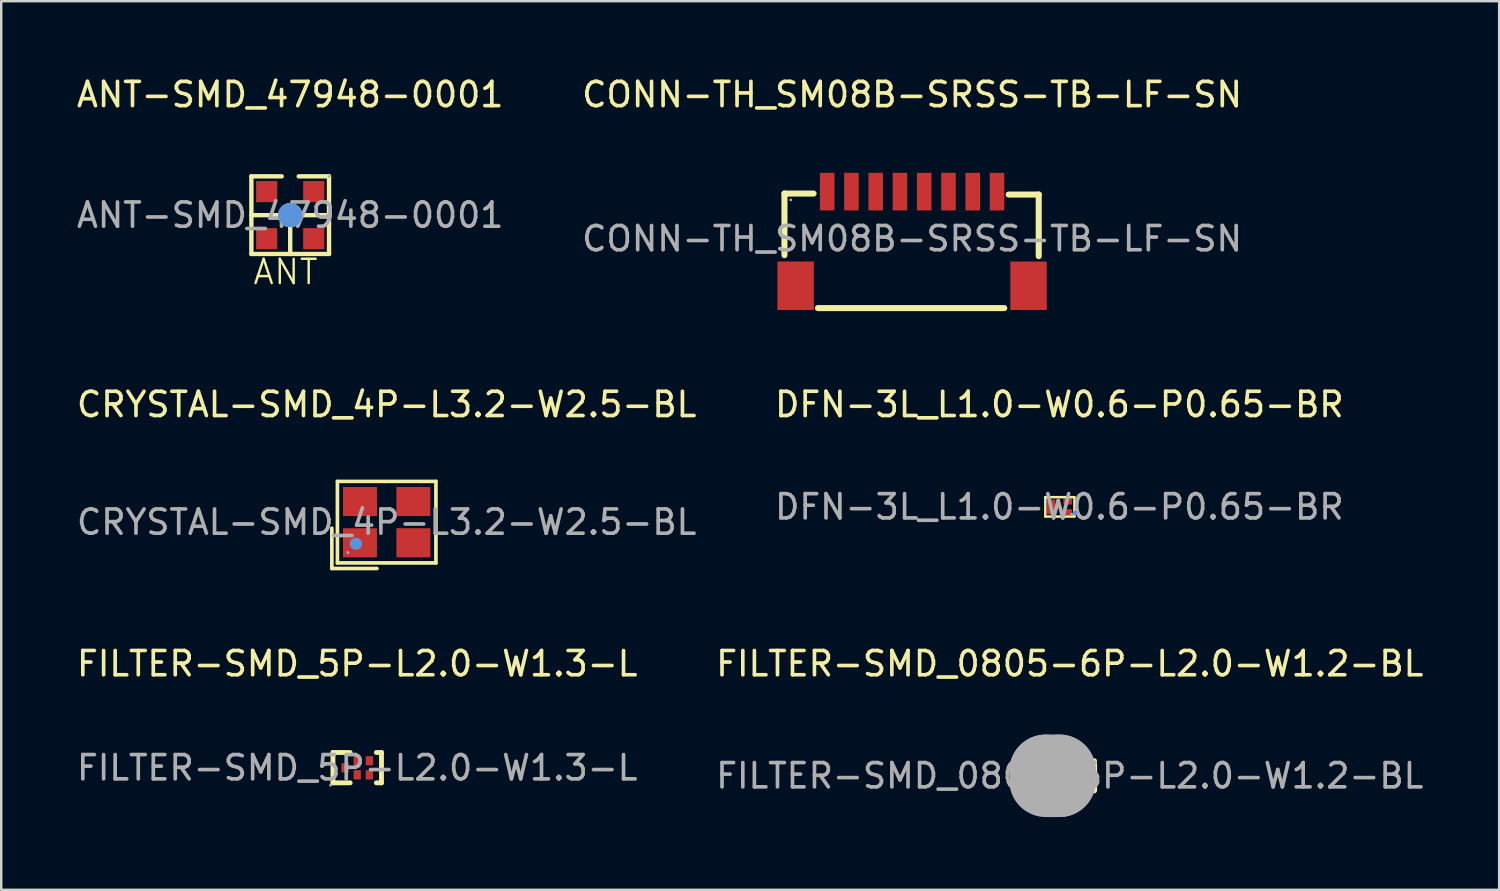
<source format=kicad_pcb>
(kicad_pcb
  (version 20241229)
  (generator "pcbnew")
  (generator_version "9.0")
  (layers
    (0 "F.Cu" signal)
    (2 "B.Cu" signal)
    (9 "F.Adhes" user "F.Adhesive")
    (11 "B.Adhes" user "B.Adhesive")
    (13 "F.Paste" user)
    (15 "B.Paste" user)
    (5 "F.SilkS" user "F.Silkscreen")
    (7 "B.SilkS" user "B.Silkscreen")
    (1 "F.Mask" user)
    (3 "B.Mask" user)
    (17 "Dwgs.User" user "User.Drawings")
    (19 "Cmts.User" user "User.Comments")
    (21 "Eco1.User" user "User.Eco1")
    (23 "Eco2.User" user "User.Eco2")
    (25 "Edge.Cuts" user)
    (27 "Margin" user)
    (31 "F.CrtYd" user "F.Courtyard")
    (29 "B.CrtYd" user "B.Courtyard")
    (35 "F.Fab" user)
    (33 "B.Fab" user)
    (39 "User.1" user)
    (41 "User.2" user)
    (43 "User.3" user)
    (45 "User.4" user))
  (footprint "ANT-SMD_47948-0001"
    (layer "F.Cu")
    (at 8.911 5.818)
    (property "Reference" "ANT-SMD_47948-0001" (at 0 -4.97 0) (layer "F.SilkS") (effects (font (size 1 1) (thickness 0.15))))
    (attr smd)
    (fp_line (start -1.6 -1.6) (end -0.35 -1.6) (stroke (width 0.18) (type solid)) (layer "F.SilkS"))
    (fp_line (start -1.6 0) (end -1.6 -1.6) (stroke (width 0.18) (type solid)) (layer "F.SilkS"))
    (fp_line (start -1.6 1.6) (end -1.6 0) (stroke (width 0.18) (type solid)) (layer "F.SilkS"))
    (fp_line (start -0.43 0) (end -1.6 0) (stroke (width 0.18) (type solid)) (layer "F.SilkS"))
    (fp_line (start 0 0.42) (end 0 1.6) (stroke (width 0.18) (type solid)) (layer "F.SilkS"))
    (fp_line (start 0.43 0) (end 1.6 0) (stroke (width 0.18) (type solid)) (layer "F.SilkS"))
    (fp_line (start 1.6 -1.6) (end 0.35 -1.6) (stroke (width 0.18) (type solid)) (layer "F.SilkS"))
    (fp_line (start 1.6 -1.6) (end 1.6 1.6) (stroke (width 0.18) (type solid)) (layer "F.SilkS"))
    (fp_line (start 1.6 1.6) (end -1.6 1.6) (stroke (width 0.18) (type solid)) (layer "F.SilkS"))
    (fp_circle (center 0 0) (end 0.25 0) (stroke (width 0.5) (type solid)) (fill no) (layer "F.SilkS"))
    (fp_circle (center 0 0) (end 0.25 0) (stroke (width 0.5) (type solid)) (fill no) (layer "Cmts.User"))
    (fp_circle (center 1.6 -1.6) (end 1.63 -1.6) (stroke (width 0.06) (type solid)) (fill no) (layer "F.Fab"))
    (fp_text user "ANT" (at -1.59 2.34 0) (layer "F.SilkS") (effects (font (size 1 1) (thickness 0.1)) (justify left)))
    (fp_text user "${REFERENCE}" (at 0 0 0) (layer "F.Fab") (effects (font (size 1 1) (thickness 0.15))))
    (pad "1" smd rect (at 0.97 -0.97 180) (size 0.87 0.87) (layers "F.Cu" "F.Mask" "F.Paste"))
    (pad "2" smd rect (at -0.97 -0.97 180) (size 0.87 0.87) (layers "F.Cu" "F.Mask" "F.Paste"))
    (pad "3" smd rect (at -0.97 0.97 180) (size 0.87 0.87) (layers "F.Cu" "F.Mask" "F.Paste"))
    (pad "4" smd rect (at 0.97 0.97 180) (size 0.87 0.87) (layers "F.Cu" "F.Mask" "F.Paste")))
  (footprint "CRYSTAL-SMD_4P-L3.2-W2.5-BL"
    (layer "F.Cu")
    (at 12.887 18.471)
    (property "Reference" "CRYSTAL-SMD_4P-L3.2-W2.5-BL" (at 0 -4.85 0) (layer "F.SilkS") (effects (font (size 1 1) (thickness 0.15))))
    (attr smd)
    (fp_line (start -2.26 0.25) (end -2.26 1.91) (stroke (width 0.15) (type solid)) (layer "F.SilkS"))
    (fp_line (start -2.26 1.91) (end -0.4 1.91) (stroke (width 0.15) (type solid)) (layer "F.SilkS"))
    (fp_line (start -2.03 -1.68) (end 2.03 -1.68) (stroke (width 0.15) (type solid)) (layer "F.SilkS"))
    (fp_line (start -2.03 1.68) (end -2.03 -1.68) (stroke (width 0.15) (type solid)) (layer "F.SilkS"))
    (fp_line (start 2.03 -1.68) (end 2.03 1.68) (stroke (width 0.15) (type solid)) (layer "F.SilkS"))
    (fp_line (start 2.03 1.68) (end -2.03 1.68) (stroke (width 0.15) (type solid)) (layer "F.SilkS"))
    (fp_circle (center -1.27 0.89) (end -1.14 0.89) (stroke (width 0.25) (type solid)) (fill no) (layer "Cmts.User"))
    (fp_circle (center -1.6 1.25) (end -1.57 1.25) (stroke (width 0.06) (type solid)) (fill no) (layer "F.Fab"))
    (fp_text user "${REFERENCE}" (at 0 0 0) (layer "F.Fab") (effects (font (size 1 1) (thickness 0.15))))
    (pad "1" smd rect (at -1.1 0.85) (size 1.4 1.2) (layers "F.Cu" "F.Mask" "F.Paste"))
    (pad "2" smd rect (at 1.1 0.85) (size 1.4 1.2) (layers "F.Cu" "F.Mask" "F.Paste"))
    (pad "3" smd rect (at 1.1 -0.85) (size 1.4 1.2) (layers "F.Cu" "F.Mask" "F.Paste"))
    (pad "4" smd rect (at -1.1 -0.85) (size 1.4 1.2) (layers "F.Cu" "F.Mask" "F.Paste")))
  (footprint "DFN-3L_L1.0-W0.6-P0.65-BR"
    (layer "F.Cu")
    (at 40.613 17.841)
    (property "Reference" "DFN-3L_L1.0-W0.6-P0.65-BR" (at 0 -4.22 0) (layer "F.SilkS") (effects (font (size 1 1) (thickness 0.15))))
    (attr smd)
    (fp_line (start -0.58 -0.4) (end 0.62 -0.4) (stroke (width 0.1) (type solid)) (layer "F.SilkS"))
    (fp_line (start -0.58 0.4) (end -0.58 -0.4) (stroke (width 0.1) (type solid)) (layer "F.SilkS"))
    (fp_line (start 0.62 -0.4) (end 0.62 0.4) (stroke (width 0.1) (type solid)) (layer "F.SilkS"))
    (fp_line (start 0.62 0.4) (end -0.58 0.4) (stroke (width 0.1) (type solid)) (layer "F.SilkS"))
    (fp_circle (center 0.65 0.25) (end 0.7 0.25) (stroke (width 0.1) (type solid)) (fill no) (layer "Cmts.User"))
    (fp_circle (center 0.51 0.3) (end 0.54 0.3) (stroke (width 0.06) (type solid)) (fill no) (layer "F.Fab"))
    (fp_text user "${REFERENCE}" (at 0 0 0) (layer "F.Fab") (effects (font (size 1 1) (thickness 0.15))))
    (pad "1" smd rect (at 0.34 0.22 90) (size 0.25 0.35) (layers "F.Cu" "F.Mask" "F.Paste"))
    (pad "2" smd rect (at 0.34 -0.22 90) (size 0.25 0.35) (layers "F.Cu" "F.Mask" "F.Paste"))
    (pad "3" smd rect (at -0.34 0 270) (size 0.6 0.35) (layers "F.Cu" "F.Mask" "F.Paste")))
  (footprint "CONN-TH_SM08B-SRSS-TB-LF-SN"
    (layer "F.Cu")
    (at 34.542 6.788)
    (property "Reference" "CONN-TH_SM08B-SRSS-TB-LF-SN" (at 0 -5.94 0) (layer "F.SilkS") (effects (font (size 1 1) (thickness 0.15))))
    (attr through_hole)
    (fp_line (start -5.26 -1.86) (end -5.26 0.68) (stroke (width 0.25) (type solid)) (layer "F.SilkS"))
    (fp_line (start -4.06 -1.86) (end -5.26 -1.86) (stroke (width 0.25) (type solid)) (layer "F.SilkS"))
    (fp_line (start -3.88 2.86) (end 3.8 2.86) (stroke (width 0.25) (type solid)) (layer "F.SilkS"))
    (fp_line (start 3.98 -1.82) (end 5.22 -1.82) (stroke (width 0.25) (type solid)) (layer "F.SilkS"))
    (fp_line (start 5.22 -1.82) (end 5.22 0.72) (stroke (width 0.25) (type solid)) (layer "F.SilkS"))
    (fp_circle (center -5 -1.6) (end -4.97 -1.6) (stroke (width 0.06) (type solid)) (fill no) (layer "F.Fab"))
    (fp_text user "${REFERENCE}" (at 0 0 0) (layer "F.Fab") (effects (font (size 1 1) (thickness 0.15))))
    (pad "1" smd rect (at -3.5 -1.94) (size 0.6 1.55) (layers "F.Cu" "F.Mask" "F.Paste"))
    (pad "2" smd rect (at -2.5 -1.94) (size 0.6 1.55) (layers "F.Cu" "F.Mask" "F.Paste"))
    (pad "3" smd rect (at -1.5 -1.94) (size 0.6 1.55) (layers "F.Cu" "F.Mask" "F.Paste"))
    (pad "4" smd rect (at -0.5 -1.94) (size 0.6 1.55) (layers "F.Cu" "F.Mask" "F.Paste"))
    (pad "5" smd rect (at 0.5 -1.94) (size 0.6 1.55) (layers "F.Cu" "F.Mask" "F.Paste"))
    (pad "6" smd rect (at 1.5 -1.94) (size 0.6 1.55) (layers "F.Cu" "F.Mask" "F.Paste"))
    (pad "7" smd rect (at 2.5 -1.94) (size 0.6 1.55) (layers "F.Cu" "F.Mask" "F.Paste"))
    (pad "8" smd rect (at 3.5 -1.94) (size 0.6 1.55) (layers "F.Cu" "F.Mask" "F.Paste"))
    (pad "9" smd rect (at 4.8 1.94) (size 1.5 2) (layers "F.Cu" "F.Mask" "F.Paste"))
    (pad "10" smd rect (at -4.8 1.94) (size 1.5 2) (layers "F.Cu" "F.Mask" "F.Paste")))
  (footprint "FILTER-SMD_5P-L2.0-W1.3-L"
    (layer "F.Cu")
    (at 11.673 28.595)
    (property "Reference" "FILTER-SMD_5P-L2.0-W1.3-L" (at 0 -4.29 0) (layer "F.SilkS") (effects (font (size 1 1) (thickness 0.15))))
    (attr smd)
    (fp_line (start -1 -0.63) (end -0.29 -0.63) (stroke (width 0.2) (type solid)) (layer "F.SilkS"))
    (fp_line (start -1 0.62) (end -1 -0.63) (stroke (width 0.2) (type solid)) (layer "F.SilkS"))
    (fp_line (start -1 0.62) (end -0.29 0.62) (stroke (width 0.2) (type solid)) (layer "F.SilkS"))
    (fp_line (start 0.79 -0.63) (end 1 -0.63) (stroke (width 0.2) (type solid)) (layer "F.SilkS"))
    (fp_line (start 0.79 0.62) (end 1 0.62) (stroke (width 0.2) (type solid)) (layer "F.SilkS"))
    (fp_line (start 1 -0.63) (end 1 0.62) (stroke (width 0.2) (type solid)) (layer "F.SilkS"))
    (fp_circle (center -1.1 0.72) (end -1.07 0.72) (stroke (width 0.06) (type solid)) (fill no) (layer "F.Fab"))
    (fp_text user "${REFERENCE}" (at 0 0 0) (layer "F.Fab") (effects (font (size 1 1) (thickness 0.15))))
    (pad "1" smd rect (at -0.5 0) (size 0.3 0.38) (layers "F.Cu" "F.Mask" "F.Paste"))
    (pad "2" smd rect (at 0 0.29) (size 0.3 0.38) (layers "F.Cu" "F.Mask" "F.Paste"))
    (pad "3" smd rect (at 0.5 0.29) (size 0.3 0.38) (layers "F.Cu" "F.Mask" "F.Paste"))
    (pad "4" smd rect (at 0.5 -0.29) (size 0.3 0.38) (layers "F.Cu" "F.Mask" "F.Paste"))
    (pad "5" smd rect (at 0 -0.29) (size 0.3 0.38) (layers "F.Cu" "F.Mask" "F.Paste")))
  (footprint "FILTER-SMD_0805-6P-L2.0-W1.2-BL"
    (layer "F.Cu")
    (at 41.042 28.925)
    (property "Reference" "FILTER-SMD_0805-6P-L2.0-W1.2-BL" (at 0 -4.62 0) (layer "F.SilkS") (effects (font (size 1 1) (thickness 0.15))))
    (attr smd)
    (fp_line (start -1.01 0.61) (end -1.01 -0.59) (stroke (width 0.25) (type solid)) (layer "F.SilkS"))
    (fp_line (start 1 -0.6) (end 1 0.6) (stroke (width 0.25) (type solid)) (layer "F.SilkS"))
    (fp_line (start -0.99 -0.2) (end -0.99 -0.2) (stroke (width 3) (type solid)) (layer "F.Fab"))
    (fp_line (start -0.99 -0.2) (end -0.43 -0.2) (stroke (width 3) (type solid)) (layer "F.Fab"))
    (fp_line (start -0.43 -0.2) (end -0.43 0.2) (stroke (width 3) (type solid)) (layer "F.Fab"))
    (fp_line (start -0.43 0.2) (end -0.99 0.2) (stroke (width 3) (type solid)) (layer "F.Fab"))
    (fp_circle (center -1 0.63) (end -0.97 0.63) (stroke (width 0.06) (type solid)) (fill no) (layer "F.Fab"))
    (fp_text user "${REFERENCE}" (at 0 0 0) (layer "F.Fab") (effects (font (size 1 1) (thickness 0.15))))
    (pad "1" smd rect (at -0.65 0.62 90) (size 0.6 0.35) (layers "F.Cu" "F.Mask" "F.Paste"))
    (pad "2" smd rect (at 0 0.62 90) (size 0.6 0.35) (layers "F.Cu" "F.Mask" "F.Paste"))
    (pad "3" smd rect (at 0.65 0.62 90) (size 0.6 0.35) (layers "F.Cu" "F.Mask" "F.Paste"))
    (pad "4" smd rect (at 0.65 -0.62 90) (size 0.6 0.35) (layers "F.Cu" "F.Mask" "F.Paste"))
    (pad "5" smd rect (at 0 -0.62 90) (size 0.6 0.35) (layers "F.Cu" "F.Mask" "F.Paste"))
    (pad "6" smd rect (at -0.65 -0.62 90) (size 0.6 0.35) (layers "F.Cu" "F.Mask" "F.Paste")))
  (gr_rect
    (start -3 -3)
    (end 58.738 33.625)
    (stroke (width 0.1) (type default))
    (fill no)
    (layer "Edge.Cuts")))
</source>
